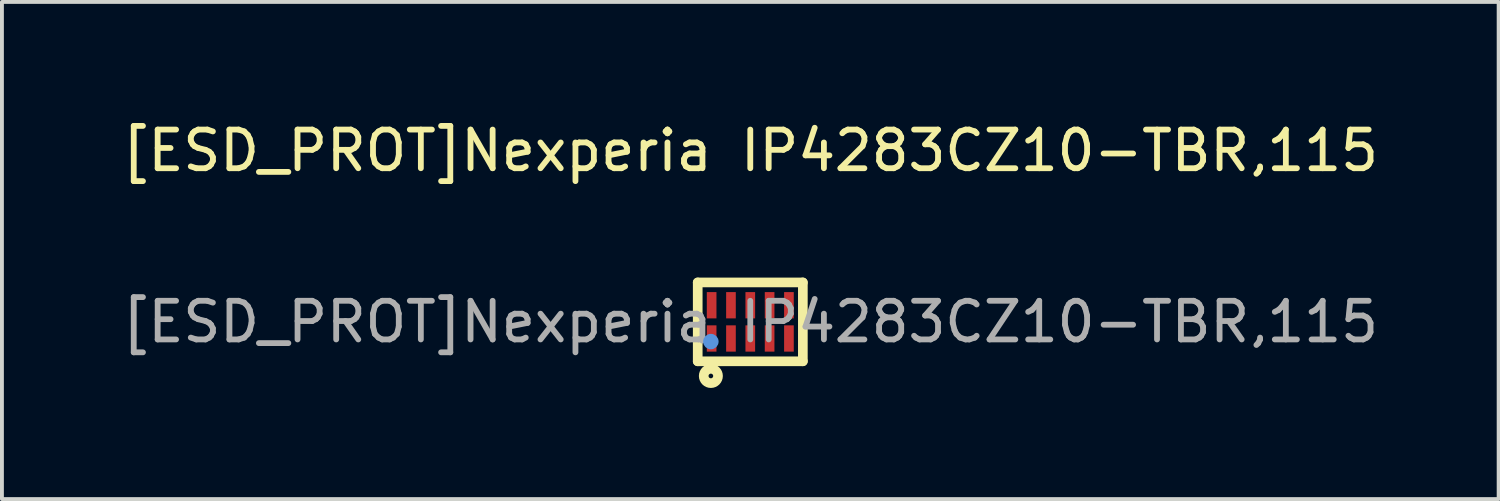
<source format=kicad_pcb>
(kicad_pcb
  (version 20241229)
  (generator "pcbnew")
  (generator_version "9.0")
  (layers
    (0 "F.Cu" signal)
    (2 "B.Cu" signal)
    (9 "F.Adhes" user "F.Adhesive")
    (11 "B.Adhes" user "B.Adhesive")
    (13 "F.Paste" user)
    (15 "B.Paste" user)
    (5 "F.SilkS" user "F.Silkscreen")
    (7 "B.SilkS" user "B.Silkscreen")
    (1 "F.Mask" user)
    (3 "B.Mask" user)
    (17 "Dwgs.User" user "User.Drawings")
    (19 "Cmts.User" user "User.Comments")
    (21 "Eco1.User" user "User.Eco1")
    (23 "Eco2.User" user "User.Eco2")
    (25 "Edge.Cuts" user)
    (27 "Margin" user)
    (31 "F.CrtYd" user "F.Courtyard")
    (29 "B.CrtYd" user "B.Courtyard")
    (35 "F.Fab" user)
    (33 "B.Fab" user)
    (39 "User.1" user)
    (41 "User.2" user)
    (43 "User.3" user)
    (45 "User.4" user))
  (footprint "[ESD_PROT]Nexperia IP4283CZ10-TBR,115"
    (layer "F.Cu")
    (at 16.363 5.278)
    (property "Reference" "[ESD_PROT]Nexperia IP4283CZ10-TBR,115" (at 0 -4.43 0) (layer "F.SilkS") (effects (font (size 1 1) (thickness 0.15))))
    (attr smd)
    (fp_line (start -1.36 -1.02) (end -1.36 1.02) (stroke (width 0.25) (type solid)) (layer "F.SilkS"))
    (fp_line (start -1.36 -1.02) (end 1.36 -1.02) (stroke (width 0.25) (type solid)) (layer "F.SilkS"))
    (fp_line (start -1.36 1.02) (end 1.36 1.02) (stroke (width 0.25) (type solid)) (layer "F.SilkS"))
    (fp_line (start 1.36 -1.02) (end 1.36 1.02) (stroke (width 0.25) (type solid)) (layer "F.SilkS"))
    (fp_circle (center -1.02 1.4) (end -0.96 1.4) (stroke (width 0.25) (type solid)) (fill no) (layer "F.SilkS"))
    (fp_circle (center -1.02 0.51) (end -0.92 0.51) (stroke (width 0.2) (type solid)) (fill no) (layer "Cmts.User"))
    (fp_circle (center -1.25 0.5) (end -1.22 0.5) (stroke (width 0.06) (type solid)) (fill no) (layer "F.Fab"))
    (fp_text user "${REFERENCE}" (at 0 0 0) (layer "F.Fab") (effects (font (size 1 1) (thickness 0.15))))
    (pad "1" smd rect (at -1 0.43) (size 0.25 0.68) (layers "F.Cu" "F.Mask" "F.Paste"))
    (pad "2" smd rect (at -0.5 0.43) (size 0.25 0.68) (layers "F.Cu" "F.Mask" "F.Paste"))
    (pad "3" smd rect (at 0 0.43) (size 0.25 0.68) (layers "F.Cu" "F.Mask" "F.Paste"))
    (pad "4" smd rect (at 0.5 0.43) (size 0.25 0.68) (layers "F.Cu" "F.Mask" "F.Paste"))
    (pad "5" smd rect (at 1 0.43) (size 0.25 0.68) (layers "F.Cu" "F.Mask" "F.Paste"))
    (pad "6" smd rect (at 1 -0.43) (size 0.25 0.68) (layers "F.Cu" "F.Mask" "F.Paste"))
    (pad "7" smd rect (at 0.5 -0.43) (size 0.25 0.68) (layers "F.Cu" "F.Mask" "F.Paste"))
    (pad "8" smd rect (at 0 -0.43) (size 0.25 0.68) (layers "F.Cu" "F.Mask" "F.Paste"))
    (pad "9" smd rect (at -0.5 -0.43) (size 0.25 0.68) (layers "F.Cu" "F.Mask" "F.Paste"))
    (pad "10" smd rect (at -1 -0.43) (size 0.25 0.68) (layers "F.Cu" "F.Mask" "F.Paste")))
  (gr_rect
    (start -3 -3)
    (end 35.726 9.863)
    (stroke (width 0.1) (type default))
    (fill no)
    (layer "Edge.Cuts")))
</source>
